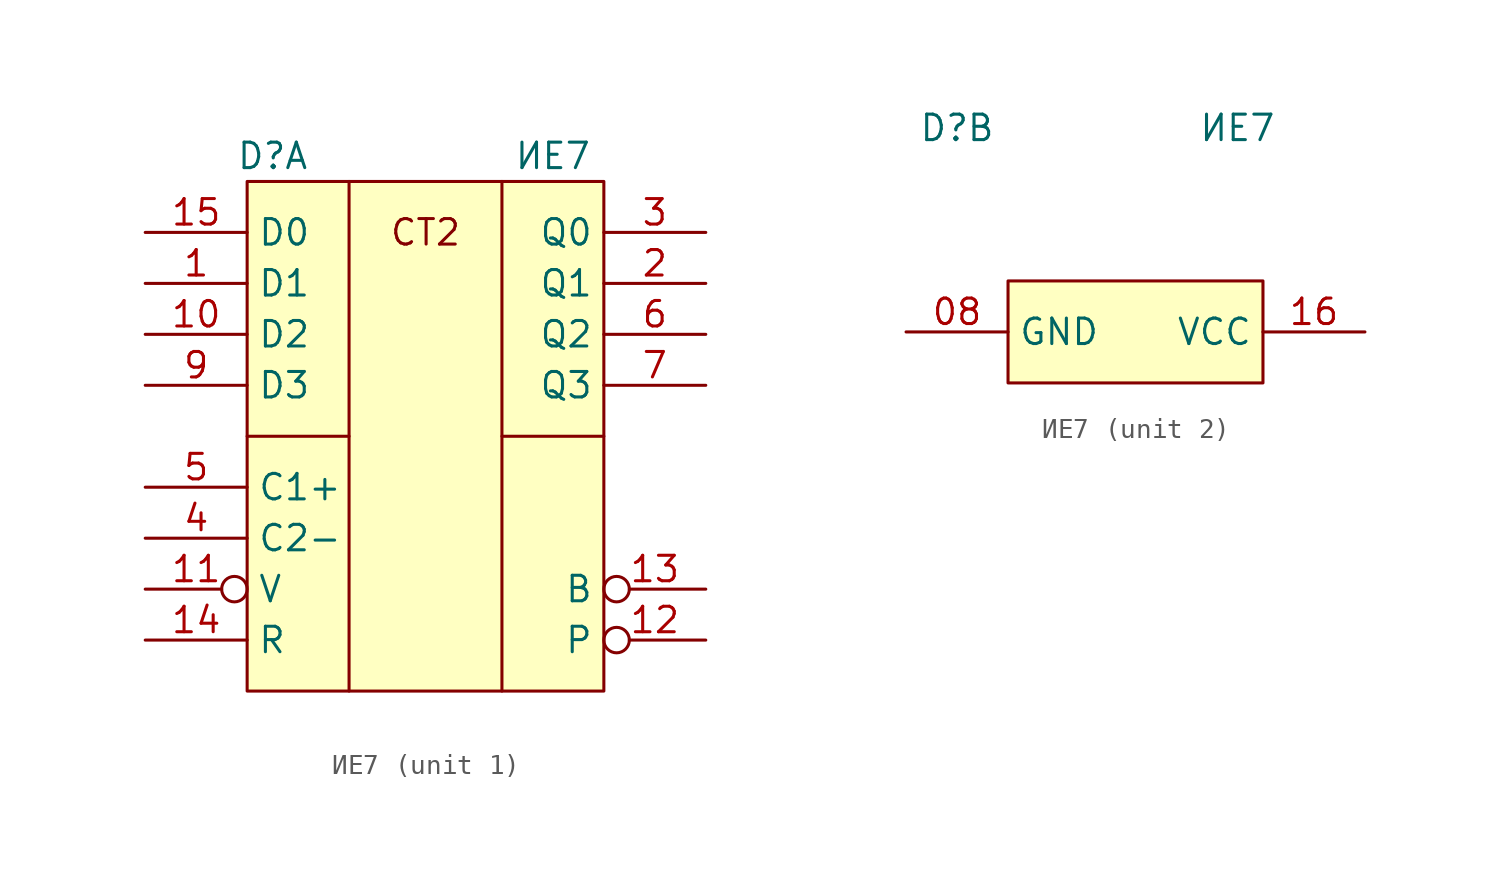
<source format=kicad_sym>
(kicad_symbol_lib
  (version 20231120)
  (generator "kicad_symbol_editor")
  (generator_version "8.0")
  (symbol "ИЕ7"
    (property "Reference" "D"
      (at -7.62 -3.81 0)
      (effects (font (size 1.27 1.27))))
    (property "Value" "ИЕ7"
      (at 6.35 -3.81 0)
      (effects (font (size 1.27 1.27))))
    (property "ki_locked" ""
      (at 0 0 0)
      (effects (font (size 1.27 1.27))))
    (symbol "ИЕ7_1_1"
      (rectangle (start -8.89 -5.08) (end 8.89 -30.48) (stroke (width 0) (type default)) (fill (type background)))
      (polyline (pts (xy -8.89 -17.78) (xy -3.81 -17.78)) (stroke (width 0) (type default)) (fill (type none)))
      (polyline (pts (xy -3.81 -5.08) (xy -3.81 -30.48)) (stroke (width 0) (type default)) (fill (type none)))
      (polyline (pts (xy 3.81 -17.78) (xy 8.89 -17.78)) (stroke (width 0) (type default)) (fill (type none)))
      (polyline (pts (xy 3.81 -5.08) (xy 3.81 -30.48)) (stroke (width 0) (type default)) (fill (type none)))
      (text "CT2" (at 0 -7.62 0) (effects (font (size 1.27 1.27))))
      (pin input line (at -13.97 -10.16 0) (length 5.08) (name "D1" (effects (font (size 1.27 1.27)))) (number "1" (effects (font (size 1.27 1.27)))))
      (pin input line (at -13.97 -12.7 0) (length 5.08) (name "D2" (effects (font (size 1.27 1.27)))) (number "10" (effects (font (size 1.27 1.27)))))
      (pin input inverted (at -13.97 -25.4 0) (length 5.08) (name "V" (effects (font (size 1.27 1.27)))) (number "11" (effects (font (size 1.27 1.27)))))
      (pin output inverted (at 13.97 -27.94 180) (length 5.08) (name "P" (effects (font (size 1.27 1.27)))) (number "12" (effects (font (size 1.27 1.27)))))
      (pin output inverted (at 13.97 -25.4 180) (length 5.08) (name "B" (effects (font (size 1.27 1.27)))) (number "13" (effects (font (size 1.27 1.27)))))
      (pin input line (at -13.97 -27.94 0) (length 5.08) (name "R" (effects (font (size 1.27 1.27)))) (number "14" (effects (font (size 1.27 1.27)))))
      (pin input line (at -13.97 -7.62 0) (length 5.08) (name "D0" (effects (font (size 1.27 1.27)))) (number "15" (effects (font (size 1.27 1.27)))))
      (pin output line (at 13.97 -10.16 180) (length 5.08) (name "Q1" (effects (font (size 1.27 1.27)))) (number "2" (effects (font (size 1.27 1.27)))))
      (pin output line (at 13.97 -7.62 180) (length 5.08) (name "Q0" (effects (font (size 1.27 1.27)))) (number "3" (effects (font (size 1.27 1.27)))))
      (pin input line (at -13.97 -22.86 0) (length 5.08) (name "C2-" (effects (font (size 1.27 1.27)))) (number "4" (effects (font (size 1.27 1.27)))))
      (pin input line (at -13.97 -20.32 0) (length 5.08) (name "C1+" (effects (font (size 1.27 1.27)))) (number "5" (effects (font (size 1.27 1.27)))))
      (pin output line (at 13.97 -12.7 180) (length 5.08) (name "Q2" (effects (font (size 1.27 1.27)))) (number "6" (effects (font (size 1.27 1.27)))))
      (pin output line (at 13.97 -15.24 180) (length 5.08) (name "Q3" (effects (font (size 1.27 1.27)))) (number "7" (effects (font (size 1.27 1.27)))))
      (pin input line (at -13.97 -15.24 0) (length 5.08) (name "D3" (effects (font (size 1.27 1.27)))) (number "9" (effects (font (size 1.27 1.27))))))
    (symbol "ИЕ7_2_0"
      (rectangle (start -5.08 -11.43) (end 7.62 -16.51) (stroke (width 0) (type default)) (fill (type background))))
    (symbol "ИЕ7_2_1"
      (pin power_in line (at -10.16 -13.97 0) (length 5.08) (name "GND" (effects (font (size 1.27 1.27)))) (number "08" (effects (font (size 1.27 1.27)))))
      (pin power_in line (at 12.7 -13.97 180) (length 5.08) (name "VCC" (effects (font (size 1.27 1.27)))) (number "16" (effects (font (size 1.27 1.27))))))))
</source>
